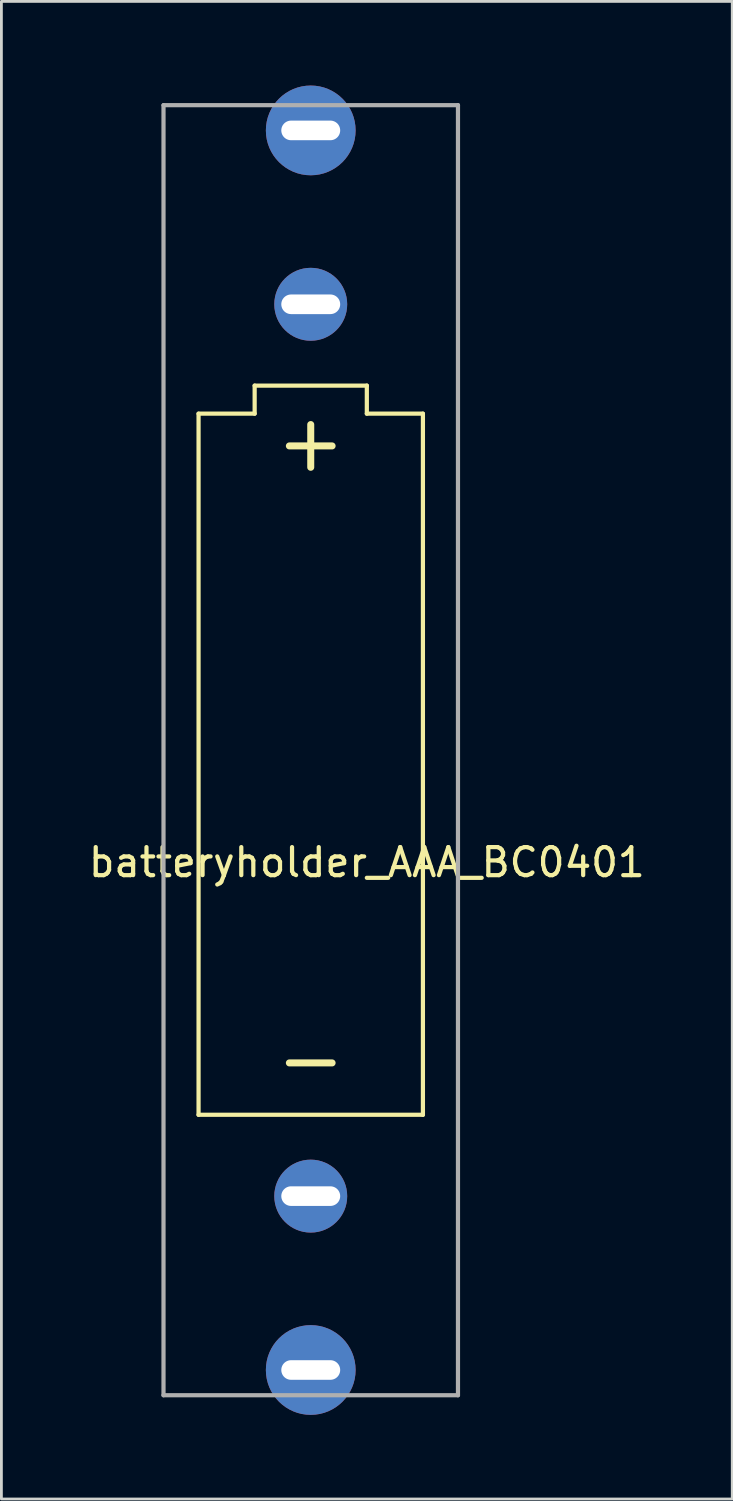
<source format=kicad_pcb>
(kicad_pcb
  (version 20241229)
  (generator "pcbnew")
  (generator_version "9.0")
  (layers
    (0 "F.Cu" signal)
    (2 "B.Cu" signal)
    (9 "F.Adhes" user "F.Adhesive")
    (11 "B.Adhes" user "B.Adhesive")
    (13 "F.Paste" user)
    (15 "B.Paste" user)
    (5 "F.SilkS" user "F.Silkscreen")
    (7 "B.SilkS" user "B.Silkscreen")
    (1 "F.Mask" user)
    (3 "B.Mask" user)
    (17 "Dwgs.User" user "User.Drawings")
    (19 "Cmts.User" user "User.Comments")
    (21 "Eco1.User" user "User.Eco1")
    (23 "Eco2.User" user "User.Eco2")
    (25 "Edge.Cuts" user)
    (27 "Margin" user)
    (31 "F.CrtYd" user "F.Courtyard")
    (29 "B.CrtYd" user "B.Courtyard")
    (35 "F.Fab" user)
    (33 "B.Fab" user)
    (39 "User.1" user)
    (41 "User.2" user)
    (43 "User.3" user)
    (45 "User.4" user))
  (footprint "batteryholder_AAA_BC0401"
    (layer "F.Cu")
    (at 8.03 23.7)
    (property "Reference" "batteryholder_AAA_BC0401" (at 2 4 0) (layer "F.SilkS") (effects (font (size 1 1) (thickness 0.15))))
    (attr through_hole)
    (fp_line (start -4 -12) (end -4 13) (stroke (width 0.15) (type solid)) (layer "F.SilkS"))
    (fp_line (start -4 13) (end 4 13) (stroke (width 0.15) (type solid)) (layer "F.SilkS"))
    (fp_line (start -2 -13) (end -2 -12) (stroke (width 0.15) (type solid)) (layer "F.SilkS"))
    (fp_line (start -2 -12) (end -4 -12) (stroke (width 0.15) (type solid)) (layer "F.SilkS"))
    (fp_line (start 2 -13) (end -2 -13) (stroke (width 0.15) (type solid)) (layer "F.SilkS"))
    (fp_line (start 2 -12) (end 2 -13) (stroke (width 0.15) (type solid)) (layer "F.SilkS"))
    (fp_line (start 4 -12) (end 2 -12) (stroke (width 0.15) (type solid)) (layer "F.SilkS"))
    (fp_line (start 4 13) (end 4 -12) (stroke (width 0.15) (type solid)) (layer "F.SilkS"))
    (fp_line (start -5.25 -23) (end -5.25 23) (stroke (width 0.15) (type solid)) (layer "F.Fab"))
    (fp_line (start -5.25 23) (end 5.25 23) (stroke (width 0.15) (type solid)) (layer "F.Fab"))
    (fp_line (start 5.25 -23) (end -5.25 -23) (stroke (width 0.15) (type solid)) (layer "F.Fab"))
    (fp_line (start 5.25 23) (end 5.25 -23) (stroke (width 0.15) (type solid)) (layer "F.Fab"))
    (fp_text user "+" (at 0 -11 0) (layer "F.SilkS") (effects (font (size 2 2) (thickness 0.25))))
    (fp_text user "-" (at 0 11 0) (layer "F.SilkS") (effects (font (size 2 2) (thickness 0.25))))
    (pad "" thru_hole circle (at 0 -15.9) (size 2.6 2.6) (drill oval 2.1 0.7) (layers "*.Cu" "*.Mask"))
    (pad "" thru_hole circle (at 0 15.9) (size 2.6 2.6) (drill oval 2.1 0.7) (layers "*.Cu" "*.Mask"))
    (pad "1" thru_hole circle (at 0 -22.1) (size 3.2 3.2) (drill oval 2.1 0.7) (layers "*.Cu" "*.Mask"))
    (pad "2" thru_hole circle (at 0 22.1) (size 3.2 3.2) (drill oval 2.1 0.7) (layers "*.Cu" "*.Mask")))
  (gr_rect
    (start -3 -3)
    (end 23.06 50.4)
    (stroke (width 0.1) (type default))
    (fill no)
    (layer "Edge.Cuts")))
</source>
